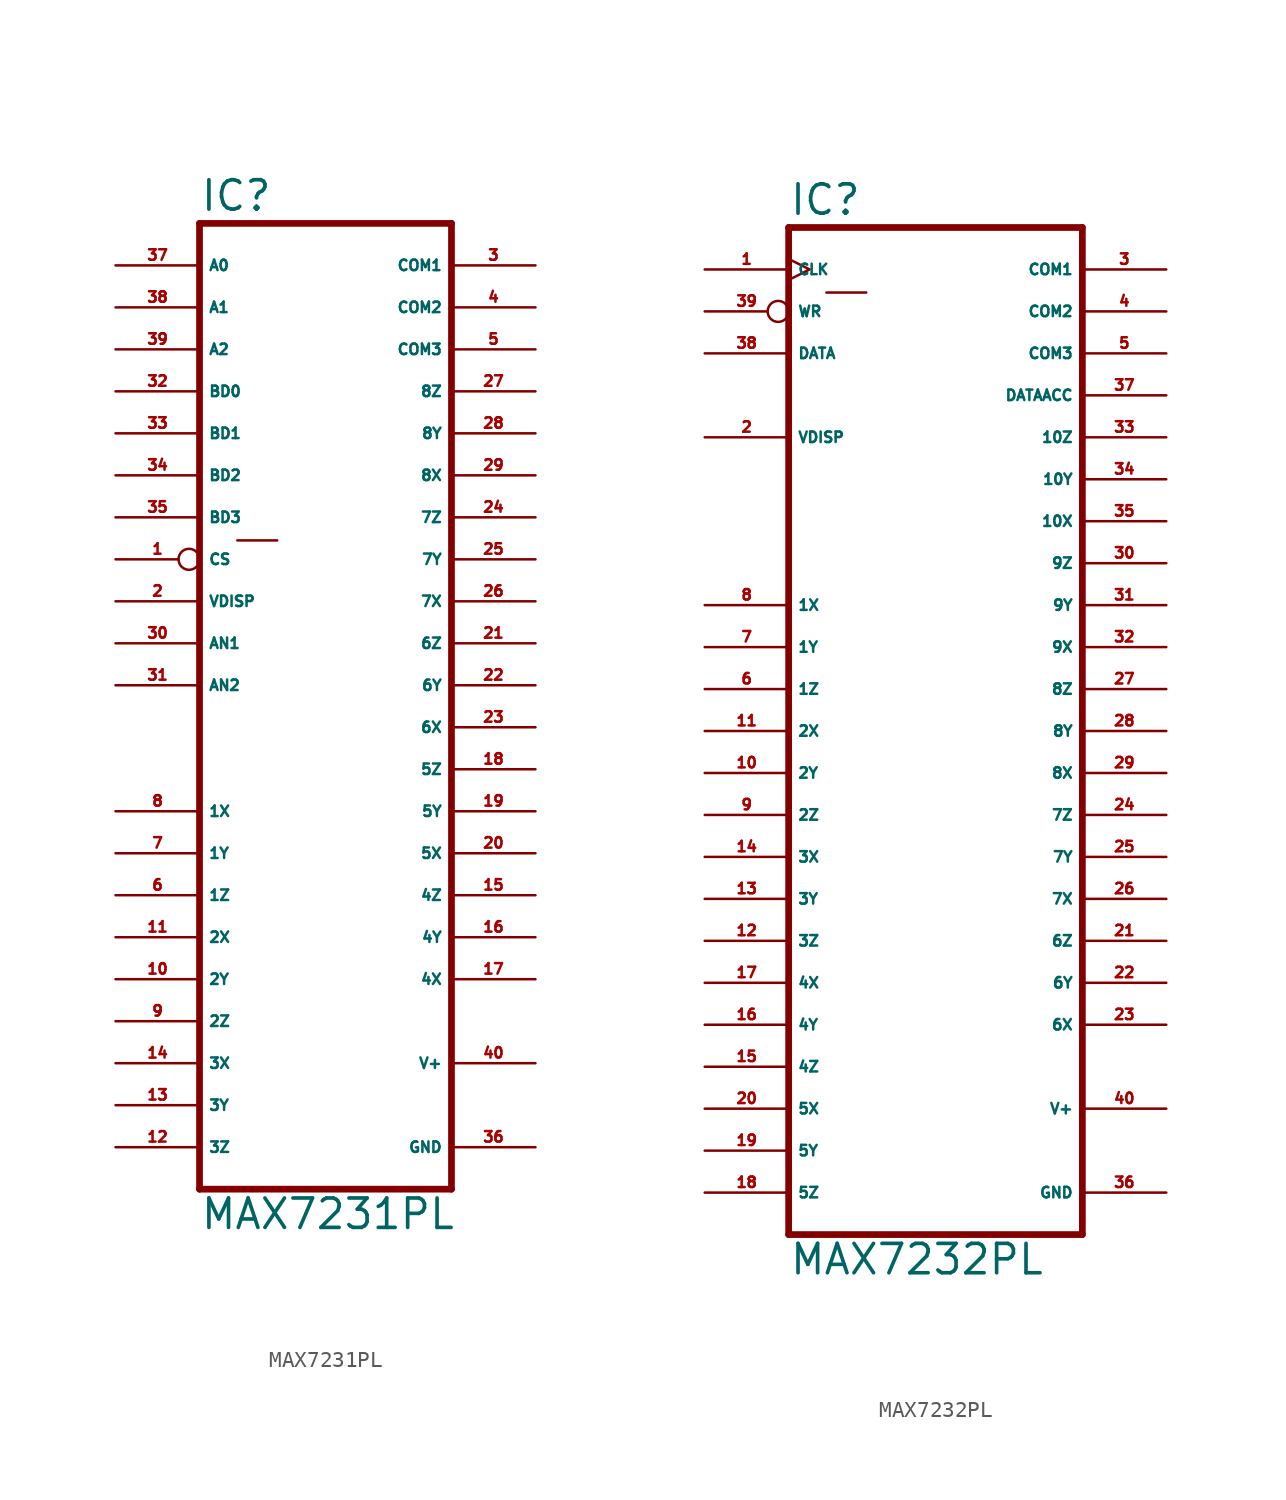
<source format=kicad_sym>
(kicad_symbol_lib
  (version 20220914)
  (generator Eagle2Kicad)
  (symbol "MAX7231PL"
    (property "Reference" "IC"
      (at -7.62 31.115 0)
      (effects (font (size 1.778 1.778) (thickness 0.22)) (justify left bottom)))
    (property "Value" "MAX7231PL"
      (at -7.62 -30.48 0)
      (effects (font (size 1.778 1.778) (thickness 0.22)) (justify left bottom)))
    (polyline
      (pts (xy -7.62 -27.94) (xy 7.62 -27.94))
      (stroke (width 0.406) (type default))
      (fill (type none)))
    (polyline
      (pts (xy 7.62 30.48) (xy 7.62 -27.94))
      (stroke (width 0.406) (type default))
      (fill (type none)))
    (polyline
      (pts (xy 7.62 30.48) (xy -7.62 30.48))
      (stroke (width 0.406) (type default))
      (fill (type none)))
    (polyline
      (pts (xy -7.62 -27.94) (xy -7.62 30.48))
      (stroke (width 0.406) (type default))
      (fill (type none)))
    (polyline
      (pts (xy -5.334 11.303) (xy -2.921 11.303))
      (stroke (width 0.152) (type default))
      (fill (type none)))
    (pin input line
      (at -12.7 27.94 0)
      (length 5.08)
      (name "A0" (effects (font (size 0.635 0.635) (thickness 0.08)) (justify left bottom)))
      (number "37" (effects (font (size 0.635 0.635) (thickness 0.08)) (justify left bottom))))
    (pin input line
      (at -12.7 25.4 0)
      (length 5.08)
      (name "A1" (effects (font (size 0.635 0.635) (thickness 0.08)) (justify left bottom)))
      (number "38" (effects (font (size 0.635 0.635) (thickness 0.08)) (justify left bottom))))
    (pin input line
      (at -12.7 22.86 0)
      (length 5.08)
      (name "A2" (effects (font (size 0.635 0.635) (thickness 0.08)) (justify left bottom)))
      (number "39" (effects (font (size 0.635 0.635) (thickness 0.08)) (justify left bottom))))
    (pin input line
      (at -12.7 20.32 0)
      (length 5.08)
      (name "BD0" (effects (font (size 0.635 0.635) (thickness 0.08)) (justify left bottom)))
      (number "32" (effects (font (size 0.635 0.635) (thickness 0.08)) (justify left bottom))))
    (pin input line
      (at -12.7 17.78 0)
      (length 5.08)
      (name "BD1" (effects (font (size 0.635 0.635) (thickness 0.08)) (justify left bottom)))
      (number "33" (effects (font (size 0.635 0.635) (thickness 0.08)) (justify left bottom))))
    (pin input line
      (at -12.7 15.24 0)
      (length 5.08)
      (name "BD2" (effects (font (size 0.635 0.635) (thickness 0.08)) (justify left bottom)))
      (number "34" (effects (font (size 0.635 0.635) (thickness 0.08)) (justify left bottom))))
    (pin input line
      (at -12.7 12.7 0)
      (length 5.08)
      (name "BD3" (effects (font (size 0.635 0.635) (thickness 0.08)) (justify left bottom)))
      (number "35" (effects (font (size 0.635 0.635) (thickness 0.08)) (justify left bottom))))
    (pin input inverted
      (at -12.7 10.16 0)
      (length 5.08)
      (name "CS" (effects (font (size 0.635 0.635) (thickness 0.08)) (justify left bottom)))
      (number "1" (effects (font (size 0.635 0.635) (thickness 0.08)) (justify left bottom))))
    (pin input line
      (at -12.7 7.62 0)
      (length 5.08)
      (name "VDISP" (effects (font (size 0.635 0.635) (thickness 0.08)) (justify left bottom)))
      (number "2" (effects (font (size 0.635 0.635) (thickness 0.08)) (justify left bottom))))
    (pin input line
      (at -12.7 5.08 0)
      (length 5.08)
      (name "AN1" (effects (font (size 0.635 0.635) (thickness 0.08)) (justify left bottom)))
      (number "30" (effects (font (size 0.635 0.635) (thickness 0.08)) (justify left bottom))))
    (pin input line
      (at -12.7 2.54 0)
      (length 5.08)
      (name "AN2" (effects (font (size 0.635 0.635) (thickness 0.08)) (justify left bottom)))
      (number "31" (effects (font (size 0.635 0.635) (thickness 0.08)) (justify left bottom))))
    (pin output line
      (at 12.7 27.94 180)
      (length 5.08)
      (name "COM1" (effects (font (size 0.635 0.635) (thickness 0.08)) (justify left bottom)))
      (number "3" (effects (font (size 0.635 0.635) (thickness 0.08)) (justify left bottom))))
    (pin output line
      (at 12.7 25.4 180)
      (length 5.08)
      (name "COM2" (effects (font (size 0.635 0.635) (thickness 0.08)) (justify left bottom)))
      (number "4" (effects (font (size 0.635 0.635) (thickness 0.08)) (justify left bottom))))
    (pin output line
      (at 12.7 22.86 180)
      (length 5.08)
      (name "COM3" (effects (font (size 0.635 0.635) (thickness 0.08)) (justify left bottom)))
      (number "5" (effects (font (size 0.635 0.635) (thickness 0.08)) (justify left bottom))))
    (pin unspecified line
      (at 12.7 -25.4 180)
      (length 5.08)
      (name "GND" (effects (font (size 0.635 0.635) (thickness 0.08)) (justify left bottom)))
      (number "36" (effects (font (size 0.635 0.635) (thickness 0.08)) (justify left bottom))))
    (pin unspecified line
      (at 12.7 -20.32 180)
      (length 5.08)
      (name "V+" (effects (font (size 0.635 0.635) (thickness 0.08)) (justify left bottom)))
      (number "40" (effects (font (size 0.635 0.635) (thickness 0.08)) (justify left bottom))))
    (pin output line
      (at -12.7 -5.08 0)
      (length 5.08)
      (name "1X" (effects (font (size 0.635 0.635) (thickness 0.08)) (justify left bottom)))
      (number "8" (effects (font (size 0.635 0.635) (thickness 0.08)) (justify left bottom))))
    (pin output line
      (at -12.7 -7.62 0)
      (length 5.08)
      (name "1Y" (effects (font (size 0.635 0.635) (thickness 0.08)) (justify left bottom)))
      (number "7" (effects (font (size 0.635 0.635) (thickness 0.08)) (justify left bottom))))
    (pin output line
      (at -12.7 -10.16 0)
      (length 5.08)
      (name "1Z" (effects (font (size 0.635 0.635) (thickness 0.08)) (justify left bottom)))
      (number "6" (effects (font (size 0.635 0.635) (thickness 0.08)) (justify left bottom))))
    (pin output line
      (at -12.7 -12.7 0)
      (length 5.08)
      (name "2X" (effects (font (size 0.635 0.635) (thickness 0.08)) (justify left bottom)))
      (number "11" (effects (font (size 0.635 0.635) (thickness 0.08)) (justify left bottom))))
    (pin output line
      (at -12.7 -15.24 0)
      (length 5.08)
      (name "2Y" (effects (font (size 0.635 0.635) (thickness 0.08)) (justify left bottom)))
      (number "10" (effects (font (size 0.635 0.635) (thickness 0.08)) (justify left bottom))))
    (pin output line
      (at -12.7 -17.78 0)
      (length 5.08)
      (name "2Z" (effects (font (size 0.635 0.635) (thickness 0.08)) (justify left bottom)))
      (number "9" (effects (font (size 0.635 0.635) (thickness 0.08)) (justify left bottom))))
    (pin output line
      (at -12.7 -20.32 0)
      (length 5.08)
      (name "3X" (effects (font (size 0.635 0.635) (thickness 0.08)) (justify left bottom)))
      (number "14" (effects (font (size 0.635 0.635) (thickness 0.08)) (justify left bottom))))
    (pin output line
      (at -12.7 -22.86 0)
      (length 5.08)
      (name "3Y" (effects (font (size 0.635 0.635) (thickness 0.08)) (justify left bottom)))
      (number "13" (effects (font (size 0.635 0.635) (thickness 0.08)) (justify left bottom))))
    (pin output line
      (at -12.7 -25.4 0)
      (length 5.08)
      (name "3Z" (effects (font (size 0.635 0.635) (thickness 0.08)) (justify left bottom)))
      (number "12" (effects (font (size 0.635 0.635) (thickness 0.08)) (justify left bottom))))
    (pin output line
      (at 12.7 -15.24 180)
      (length 5.08)
      (name "4X" (effects (font (size 0.635 0.635) (thickness 0.08)) (justify left bottom)))
      (number "17" (effects (font (size 0.635 0.635) (thickness 0.08)) (justify left bottom))))
    (pin output line
      (at 12.7 -12.7 180)
      (length 5.08)
      (name "4Y" (effects (font (size 0.635 0.635) (thickness 0.08)) (justify left bottom)))
      (number "16" (effects (font (size 0.635 0.635) (thickness 0.08)) (justify left bottom))))
    (pin output line
      (at 12.7 -10.16 180)
      (length 5.08)
      (name "4Z" (effects (font (size 0.635 0.635) (thickness 0.08)) (justify left bottom)))
      (number "15" (effects (font (size 0.635 0.635) (thickness 0.08)) (justify left bottom))))
    (pin output line
      (at 12.7 20.32 180)
      (length 5.08)
      (name "8Z" (effects (font (size 0.635 0.635) (thickness 0.08)) (justify left bottom)))
      (number "27" (effects (font (size 0.635 0.635) (thickness 0.08)) (justify left bottom))))
    (pin output line
      (at 12.7 17.78 180)
      (length 5.08)
      (name "8Y" (effects (font (size 0.635 0.635) (thickness 0.08)) (justify left bottom)))
      (number "28" (effects (font (size 0.635 0.635) (thickness 0.08)) (justify left bottom))))
    (pin output line
      (at 12.7 15.24 180)
      (length 5.08)
      (name "8X" (effects (font (size 0.635 0.635) (thickness 0.08)) (justify left bottom)))
      (number "29" (effects (font (size 0.635 0.635) (thickness 0.08)) (justify left bottom))))
    (pin output line
      (at 12.7 12.7 180)
      (length 5.08)
      (name "7Z" (effects (font (size 0.635 0.635) (thickness 0.08)) (justify left bottom)))
      (number "24" (effects (font (size 0.635 0.635) (thickness 0.08)) (justify left bottom))))
    (pin output line
      (at 12.7 10.16 180)
      (length 5.08)
      (name "7Y" (effects (font (size 0.635 0.635) (thickness 0.08)) (justify left bottom)))
      (number "25" (effects (font (size 0.635 0.635) (thickness 0.08)) (justify left bottom))))
    (pin output line
      (at 12.7 7.62 180)
      (length 5.08)
      (name "7X" (effects (font (size 0.635 0.635) (thickness 0.08)) (justify left bottom)))
      (number "26" (effects (font (size 0.635 0.635) (thickness 0.08)) (justify left bottom))))
    (pin output line
      (at 12.7 5.08 180)
      (length 5.08)
      (name "6Z" (effects (font (size 0.635 0.635) (thickness 0.08)) (justify left bottom)))
      (number "21" (effects (font (size 0.635 0.635) (thickness 0.08)) (justify left bottom))))
    (pin output line
      (at 12.7 2.54 180)
      (length 5.08)
      (name "6Y" (effects (font (size 0.635 0.635) (thickness 0.08)) (justify left bottom)))
      (number "22" (effects (font (size 0.635 0.635) (thickness 0.08)) (justify left bottom))))
    (pin output line
      (at 12.7 0 180)
      (length 5.08)
      (name "6X" (effects (font (size 0.635 0.635) (thickness 0.08)) (justify left bottom)))
      (number "23" (effects (font (size 0.635 0.635) (thickness 0.08)) (justify left bottom))))
    (pin output line
      (at 12.7 -2.54 180)
      (length 5.08)
      (name "5Z" (effects (font (size 0.635 0.635) (thickness 0.08)) (justify left bottom)))
      (number "18" (effects (font (size 0.635 0.635) (thickness 0.08)) (justify left bottom))))
    (pin output line
      (at 12.7 -5.08 180)
      (length 5.08)
      (name "5Y" (effects (font (size 0.635 0.635) (thickness 0.08)) (justify left bottom)))
      (number "19" (effects (font (size 0.635 0.635) (thickness 0.08)) (justify left bottom))))
    (pin output line
      (at 12.7 -7.62 180)
      (length 5.08)
      (name "5X" (effects (font (size 0.635 0.635) (thickness 0.08)) (justify left bottom)))
      (number "20" (effects (font (size 0.635 0.635) (thickness 0.08)) (justify left bottom)))))
  (symbol "MAX7232PL"
    (property "Reference" "IC"
      (at -10.16 31.115 0)
      (effects (font (size 1.778 1.778) (thickness 0.22)) (justify left bottom)))
    (property "Value" "MAX7232PL"
      (at -10.16 -33.02 0)
      (effects (font (size 1.778 1.778) (thickness 0.22)) (justify left bottom)))
    (polyline
      (pts (xy -10.16 -30.48) (xy 7.62 -30.48))
      (stroke (width 0.406) (type default))
      (fill (type none)))
    (polyline
      (pts (xy 7.62 30.48) (xy 7.62 -30.48))
      (stroke (width 0.406) (type default))
      (fill (type none)))
    (polyline
      (pts (xy 7.62 30.48) (xy -10.16 30.48))
      (stroke (width 0.406) (type default))
      (fill (type none)))
    (polyline
      (pts (xy -10.16 -30.48) (xy -10.16 30.48))
      (stroke (width 0.406) (type default))
      (fill (type none)))
    (polyline
      (pts (xy -7.874 26.543) (xy -5.461 26.543))
      (stroke (width 0.152) (type default))
      (fill (type none)))
    (pin input clock
      (at -15.24 27.94 0)
      (length 5.08)
      (name "CLK" (effects (font (size 0.635 0.635) (thickness 0.08)) (justify left bottom)))
      (number "1" (effects (font (size 0.635 0.635) (thickness 0.08)) (justify left bottom))))
    (pin input inverted
      (at -15.24 25.4 0)
      (length 5.08)
      (name "WR" (effects (font (size 0.635 0.635) (thickness 0.08)) (justify left bottom)))
      (number "39" (effects (font (size 0.635 0.635) (thickness 0.08)) (justify left bottom))))
    (pin input line
      (at -15.24 22.86 0)
      (length 5.08)
      (name "DATA" (effects (font (size 0.635 0.635) (thickness 0.08)) (justify left bottom)))
      (number "38" (effects (font (size 0.635 0.635) (thickness 0.08)) (justify left bottom))))
    (pin output line
      (at 12.7 20.32 180)
      (length 5.08)
      (name "DATAACC" (effects (font (size 0.635 0.635) (thickness 0.08)) (justify left bottom)))
      (number "37" (effects (font (size 0.635 0.635) (thickness 0.08)) (justify left bottom))))
    (pin output line
      (at 12.7 17.78 180)
      (length 5.08)
      (name "10Z" (effects (font (size 0.635 0.635) (thickness 0.08)) (justify left bottom)))
      (number "33" (effects (font (size 0.635 0.635) (thickness 0.08)) (justify left bottom))))
    (pin output line
      (at 12.7 15.24 180)
      (length 5.08)
      (name "10Y" (effects (font (size 0.635 0.635) (thickness 0.08)) (justify left bottom)))
      (number "34" (effects (font (size 0.635 0.635) (thickness 0.08)) (justify left bottom))))
    (pin output line
      (at 12.7 12.7 180)
      (length 5.08)
      (name "10X" (effects (font (size 0.635 0.635) (thickness 0.08)) (justify left bottom)))
      (number "35" (effects (font (size 0.635 0.635) (thickness 0.08)) (justify left bottom))))
    (pin output line
      (at 12.7 10.16 180)
      (length 5.08)
      (name "9Z" (effects (font (size 0.635 0.635) (thickness 0.08)) (justify left bottom)))
      (number "30" (effects (font (size 0.635 0.635) (thickness 0.08)) (justify left bottom))))
    (pin input line
      (at -15.24 17.78 0)
      (length 5.08)
      (name "VDISP" (effects (font (size 0.635 0.635) (thickness 0.08)) (justify left bottom)))
      (number "2" (effects (font (size 0.635 0.635) (thickness 0.08)) (justify left bottom))))
    (pin output line
      (at 12.7 5.08 180)
      (length 5.08)
      (name "9X" (effects (font (size 0.635 0.635) (thickness 0.08)) (justify left bottom)))
      (number "32" (effects (font (size 0.635 0.635) (thickness 0.08)) (justify left bottom))))
    (pin output line
      (at 12.7 7.62 180)
      (length 5.08)
      (name "9Y" (effects (font (size 0.635 0.635) (thickness 0.08)) (justify left bottom)))
      (number "31" (effects (font (size 0.635 0.635) (thickness 0.08)) (justify left bottom))))
    (pin output line
      (at 12.7 27.94 180)
      (length 5.08)
      (name "COM1" (effects (font (size 0.635 0.635) (thickness 0.08)) (justify left bottom)))
      (number "3" (effects (font (size 0.635 0.635) (thickness 0.08)) (justify left bottom))))
    (pin output line
      (at 12.7 25.4 180)
      (length 5.08)
      (name "COM2" (effects (font (size 0.635 0.635) (thickness 0.08)) (justify left bottom)))
      (number "4" (effects (font (size 0.635 0.635) (thickness 0.08)) (justify left bottom))))
    (pin output line
      (at 12.7 22.86 180)
      (length 5.08)
      (name "COM3" (effects (font (size 0.635 0.635) (thickness 0.08)) (justify left bottom)))
      (number "5" (effects (font (size 0.635 0.635) (thickness 0.08)) (justify left bottom))))
    (pin unspecified line
      (at 12.7 -27.94 180)
      (length 5.08)
      (name "GND" (effects (font (size 0.635 0.635) (thickness 0.08)) (justify left bottom)))
      (number "36" (effects (font (size 0.635 0.635) (thickness 0.08)) (justify left bottom))))
    (pin unspecified line
      (at 12.7 -22.86 180)
      (length 5.08)
      (name "V+" (effects (font (size 0.635 0.635) (thickness 0.08)) (justify left bottom)))
      (number "40" (effects (font (size 0.635 0.635) (thickness 0.08)) (justify left bottom))))
    (pin output line
      (at -15.24 7.62 0)
      (length 5.08)
      (name "1X" (effects (font (size 0.635 0.635) (thickness 0.08)) (justify left bottom)))
      (number "8" (effects (font (size 0.635 0.635) (thickness 0.08)) (justify left bottom))))
    (pin output line
      (at -15.24 5.08 0)
      (length 5.08)
      (name "1Y" (effects (font (size 0.635 0.635) (thickness 0.08)) (justify left bottom)))
      (number "7" (effects (font (size 0.635 0.635) (thickness 0.08)) (justify left bottom))))
    (pin output line
      (at -15.24 2.54 0)
      (length 5.08)
      (name "1Z" (effects (font (size 0.635 0.635) (thickness 0.08)) (justify left bottom)))
      (number "6" (effects (font (size 0.635 0.635) (thickness 0.08)) (justify left bottom))))
    (pin output line
      (at -15.24 0 0)
      (length 5.08)
      (name "2X" (effects (font (size 0.635 0.635) (thickness 0.08)) (justify left bottom)))
      (number "11" (effects (font (size 0.635 0.635) (thickness 0.08)) (justify left bottom))))
    (pin output line
      (at -15.24 -2.54 0)
      (length 5.08)
      (name "2Y" (effects (font (size 0.635 0.635) (thickness 0.08)) (justify left bottom)))
      (number "10" (effects (font (size 0.635 0.635) (thickness 0.08)) (justify left bottom))))
    (pin output line
      (at -15.24 -5.08 0)
      (length 5.08)
      (name "2Z" (effects (font (size 0.635 0.635) (thickness 0.08)) (justify left bottom)))
      (number "9" (effects (font (size 0.635 0.635) (thickness 0.08)) (justify left bottom))))
    (pin output line
      (at -15.24 -7.62 0)
      (length 5.08)
      (name "3X" (effects (font (size 0.635 0.635) (thickness 0.08)) (justify left bottom)))
      (number "14" (effects (font (size 0.635 0.635) (thickness 0.08)) (justify left bottom))))
    (pin output line
      (at -15.24 -10.16 0)
      (length 5.08)
      (name "3Y" (effects (font (size 0.635 0.635) (thickness 0.08)) (justify left bottom)))
      (number "13" (effects (font (size 0.635 0.635) (thickness 0.08)) (justify left bottom))))
    (pin output line
      (at -15.24 -12.7 0)
      (length 5.08)
      (name "3Z" (effects (font (size 0.635 0.635) (thickness 0.08)) (justify left bottom)))
      (number "12" (effects (font (size 0.635 0.635) (thickness 0.08)) (justify left bottom))))
    (pin output line
      (at -15.24 -15.24 0)
      (length 5.08)
      (name "4X" (effects (font (size 0.635 0.635) (thickness 0.08)) (justify left bottom)))
      (number "17" (effects (font (size 0.635 0.635) (thickness 0.08)) (justify left bottom))))
    (pin output line
      (at -15.24 -17.78 0)
      (length 5.08)
      (name "4Y" (effects (font (size 0.635 0.635) (thickness 0.08)) (justify left bottom)))
      (number "16" (effects (font (size 0.635 0.635) (thickness 0.08)) (justify left bottom))))
    (pin output line
      (at -15.24 -20.32 0)
      (length 5.08)
      (name "4Z" (effects (font (size 0.635 0.635) (thickness 0.08)) (justify left bottom)))
      (number "15" (effects (font (size 0.635 0.635) (thickness 0.08)) (justify left bottom))))
    (pin output line
      (at 12.7 2.54 180)
      (length 5.08)
      (name "8Z" (effects (font (size 0.635 0.635) (thickness 0.08)) (justify left bottom)))
      (number "27" (effects (font (size 0.635 0.635) (thickness 0.08)) (justify left bottom))))
    (pin output line
      (at 12.7 0 180)
      (length 5.08)
      (name "8Y" (effects (font (size 0.635 0.635) (thickness 0.08)) (justify left bottom)))
      (number "28" (effects (font (size 0.635 0.635) (thickness 0.08)) (justify left bottom))))
    (pin output line
      (at 12.7 -2.54 180)
      (length 5.08)
      (name "8X" (effects (font (size 0.635 0.635) (thickness 0.08)) (justify left bottom)))
      (number "29" (effects (font (size 0.635 0.635) (thickness 0.08)) (justify left bottom))))
    (pin output line
      (at 12.7 -5.08 180)
      (length 5.08)
      (name "7Z" (effects (font (size 0.635 0.635) (thickness 0.08)) (justify left bottom)))
      (number "24" (effects (font (size 0.635 0.635) (thickness 0.08)) (justify left bottom))))
    (pin output line
      (at 12.7 -7.62 180)
      (length 5.08)
      (name "7Y" (effects (font (size 0.635 0.635) (thickness 0.08)) (justify left bottom)))
      (number "25" (effects (font (size 0.635 0.635) (thickness 0.08)) (justify left bottom))))
    (pin output line
      (at 12.7 -10.16 180)
      (length 5.08)
      (name "7X" (effects (font (size 0.635 0.635) (thickness 0.08)) (justify left bottom)))
      (number "26" (effects (font (size 0.635 0.635) (thickness 0.08)) (justify left bottom))))
    (pin output line
      (at 12.7 -12.7 180)
      (length 5.08)
      (name "6Z" (effects (font (size 0.635 0.635) (thickness 0.08)) (justify left bottom)))
      (number "21" (effects (font (size 0.635 0.635) (thickness 0.08)) (justify left bottom))))
    (pin output line
      (at 12.7 -15.24 180)
      (length 5.08)
      (name "6Y" (effects (font (size 0.635 0.635) (thickness 0.08)) (justify left bottom)))
      (number "22" (effects (font (size 0.635 0.635) (thickness 0.08)) (justify left bottom))))
    (pin output line
      (at 12.7 -17.78 180)
      (length 5.08)
      (name "6X" (effects (font (size 0.635 0.635) (thickness 0.08)) (justify left bottom)))
      (number "23" (effects (font (size 0.635 0.635) (thickness 0.08)) (justify left bottom))))
    (pin output line
      (at -15.24 -27.94 0)
      (length 5.08)
      (name "5Z" (effects (font (size 0.635 0.635) (thickness 0.08)) (justify left bottom)))
      (number "18" (effects (font (size 0.635 0.635) (thickness 0.08)) (justify left bottom))))
    (pin output line
      (at -15.24 -25.4 0)
      (length 5.08)
      (name "5Y" (effects (font (size 0.635 0.635) (thickness 0.08)) (justify left bottom)))
      (number "19" (effects (font (size 0.635 0.635) (thickness 0.08)) (justify left bottom))))
    (pin output line
      (at -15.24 -22.86 0)
      (length 5.08)
      (name "5X" (effects (font (size 0.635 0.635) (thickness 0.08)) (justify left bottom)))
      (number "20" (effects (font (size 0.635 0.635) (thickness 0.08)) (justify left bottom))))))
</source>
